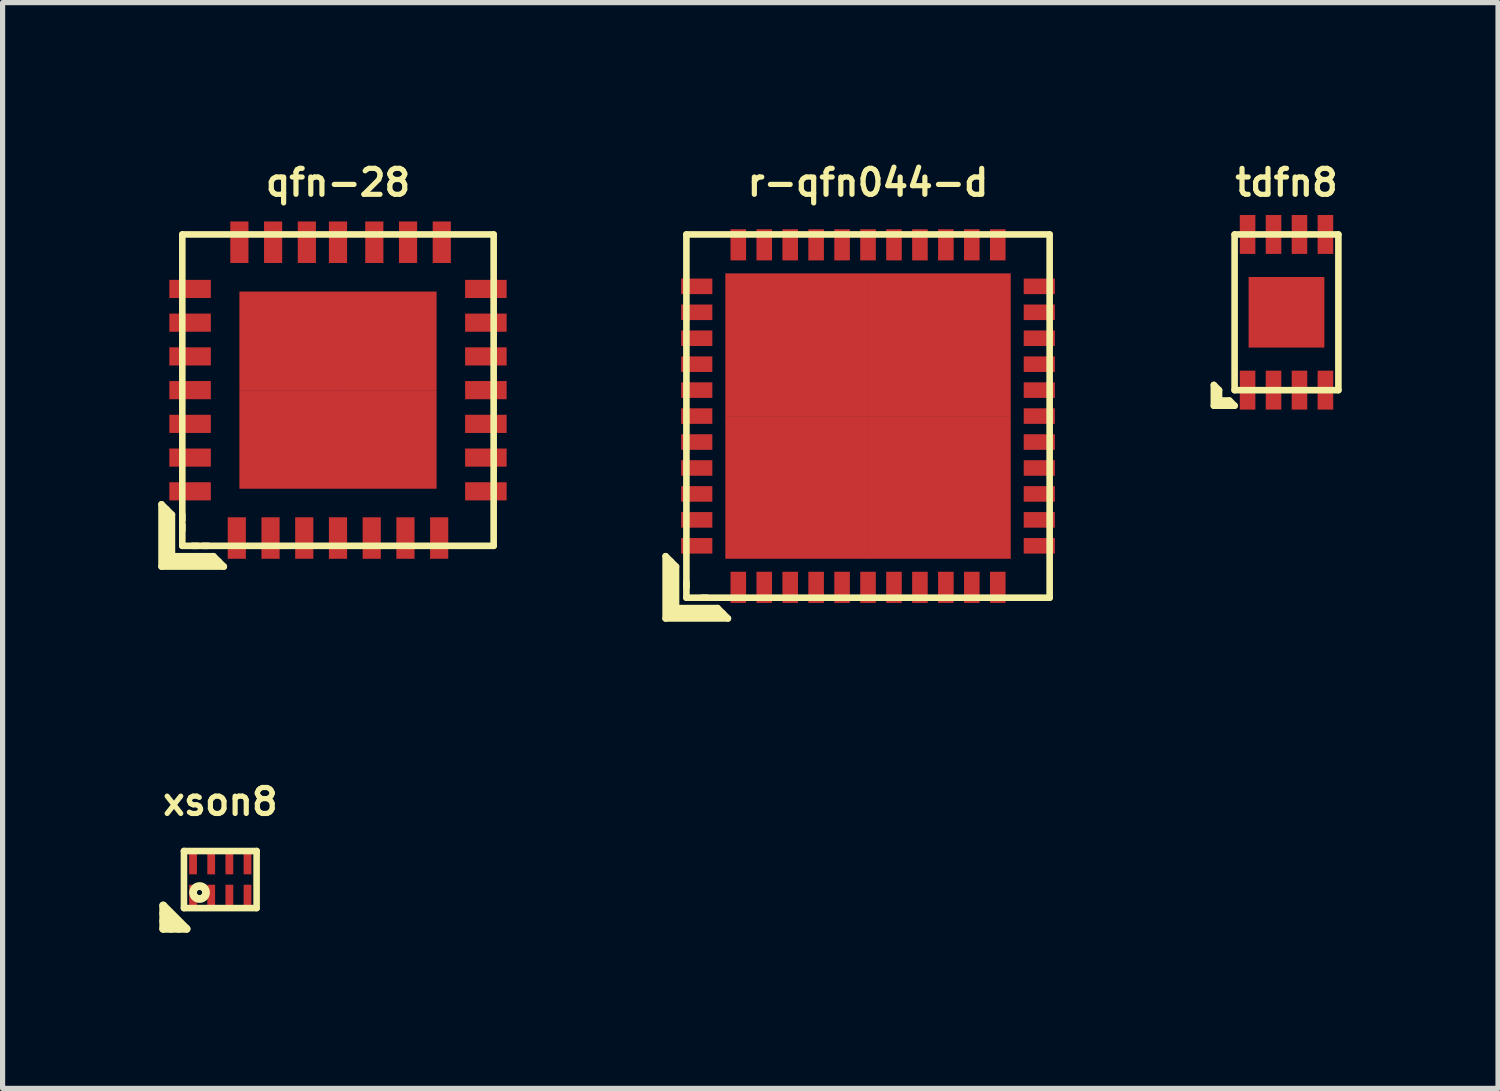
<source format=kicad_pcb>
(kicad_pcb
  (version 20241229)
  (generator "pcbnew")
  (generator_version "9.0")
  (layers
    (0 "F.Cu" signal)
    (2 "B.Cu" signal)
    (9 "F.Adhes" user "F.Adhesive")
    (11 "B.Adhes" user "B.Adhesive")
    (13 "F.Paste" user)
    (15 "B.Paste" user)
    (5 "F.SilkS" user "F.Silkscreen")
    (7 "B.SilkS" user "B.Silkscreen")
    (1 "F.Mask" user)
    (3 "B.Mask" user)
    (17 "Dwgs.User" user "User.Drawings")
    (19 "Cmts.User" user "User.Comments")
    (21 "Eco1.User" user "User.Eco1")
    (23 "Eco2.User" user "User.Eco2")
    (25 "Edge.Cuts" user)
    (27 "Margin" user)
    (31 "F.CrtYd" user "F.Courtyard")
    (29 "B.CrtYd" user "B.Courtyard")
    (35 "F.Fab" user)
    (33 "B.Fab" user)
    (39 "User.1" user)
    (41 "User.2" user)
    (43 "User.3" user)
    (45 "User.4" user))
  (footprint "r-qfn044-d"
    (layer "F.Cu")
    (at 13.677 4.968)
    (property "Reference" "r-qfn044-d" (at 0 -4.5 0) (layer "F.SilkS") (effects (font (size 0.5 0.5) (thickness 0.1))))
    (attr through_hole)
    (fp_line (start -3.9 2.7) (end -3.7 2.9) (stroke (width 0.127) (type solid)) (layer "F.SilkS"))
    (fp_line (start -3.9 3.9) (end -3.9 2.7) (stroke (width 0.127) (type solid)) (layer "F.SilkS"))
    (fp_line (start -3.8 2.8) (end -3.8 3.8) (stroke (width 0.127) (type solid)) (layer "F.SilkS"))
    (fp_line (start -3.8 3.8) (end -2.8 3.8) (stroke (width 0.127) (type solid)) (layer "F.SilkS"))
    (fp_line (start -3.7 2.9) (end -3.7 3.7) (stroke (width 0.127) (type solid)) (layer "F.SilkS"))
    (fp_line (start -3.7 3.7) (end -2.9 3.7) (stroke (width 0.127) (type solid)) (layer "F.SilkS"))
    (fp_line (start -3.5 -3.5) (end -3.5 3.5) (stroke (width 0.127) (type solid)) (layer "F.SilkS"))
    (fp_line (start -3.5 3.2) (end -3.5 3.3) (stroke (width 0.127) (type solid)) (layer "F.SilkS"))
    (fp_line (start -3.5 3.5) (end 3.5 3.5) (stroke (width 0.127) (type solid)) (layer "F.SilkS"))
    (fp_line (start -3.1 3.5) (end -3.2 3.5) (stroke (width 0.127) (type solid)) (layer "F.SilkS"))
    (fp_line (start -2.9 3.7) (end -2.7 3.9) (stroke (width 0.127) (type solid)) (layer "F.SilkS"))
    (fp_line (start -2.7 3.9) (end -3.9 3.9) (stroke (width 0.127) (type solid)) (layer "F.SilkS"))
    (fp_line (start 3.5 -3.5) (end -3.5 -3.5) (stroke (width 0.127) (type solid)) (layer "F.SilkS"))
    (fp_line (start 3.5 3.5) (end 3.5 -3.5) (stroke (width 0.127) (type solid)) (layer "F.SilkS"))
    (pad "1" smd rect (at -2.5 3.3) (size 0.3 0.6) (layers "F.Cu" "F.Mask" "F.Paste"))
    (pad "2" smd rect (at -2 3.3) (size 0.3 0.6) (layers "F.Cu" "F.Mask" "F.Paste"))
    (pad "3" smd rect (at -1.5 3.3) (size 0.3 0.6) (layers "F.Cu" "F.Mask" "F.Paste"))
    (pad "4" smd rect (at -1 3.3) (size 0.3 0.6) (layers "F.Cu" "F.Mask" "F.Paste"))
    (pad "5" smd rect (at -0.5 3.3) (size 0.3 0.6) (layers "F.Cu" "F.Mask" "F.Paste"))
    (pad "6" smd rect (at 0 3.3) (size 0.3 0.6) (layers "F.Cu" "F.Mask" "F.Paste"))
    (pad "7" smd rect (at 0.5 3.3) (size 0.3 0.6) (layers "F.Cu" "F.Mask" "F.Paste"))
    (pad "8" smd rect (at 1 3.3) (size 0.3 0.6) (layers "F.Cu" "F.Mask" "F.Paste"))
    (pad "9" smd rect (at 1.5 3.3) (size 0.3 0.6) (layers "F.Cu" "F.Mask" "F.Paste"))
    (pad "10" smd rect (at 2 3.3) (size 0.3 0.6) (layers "F.Cu" "F.Mask" "F.Paste"))
    (pad "11" smd rect (at 2.5 3.3) (size 0.3 0.6) (layers "F.Cu" "F.Mask" "F.Paste"))
    (pad "12" smd rect (at 3.3 2.5) (size 0.6 0.3) (layers "F.Cu" "F.Mask" "F.Paste"))
    (pad "13" smd rect (at 3.3 2) (size 0.6 0.3) (layers "F.Cu" "F.Mask" "F.Paste"))
    (pad "14" smd rect (at 3.3 1.5) (size 0.6 0.3) (layers "F.Cu" "F.Mask" "F.Paste"))
    (pad "15" smd rect (at 3.3 1) (size 0.6 0.3) (layers "F.Cu" "F.Mask" "F.Paste"))
    (pad "16" smd rect (at 3.3 0.5) (size 0.6 0.3) (layers "F.Cu" "F.Mask" "F.Paste"))
    (pad "17" smd rect (at 3.3 0) (size 0.6 0.3) (layers "F.Cu" "F.Mask" "F.Paste"))
    (pad "18" smd rect (at 3.3 -0.5) (size 0.6 0.3) (layers "F.Cu" "F.Mask" "F.Paste"))
    (pad "19" smd rect (at 3.3 -1) (size 0.6 0.3) (layers "F.Cu" "F.Mask" "F.Paste"))
    (pad "20" smd rect (at 3.3 -1.5) (size 0.6 0.3) (layers "F.Cu" "F.Mask" "F.Paste"))
    (pad "21" smd rect (at 3.3 -2) (size 0.6 0.3) (layers "F.Cu" "F.Mask" "F.Paste"))
    (pad "22" smd rect (at 3.3 -2.5) (size 0.6 0.3) (layers "F.Cu" "F.Mask" "F.Paste"))
    (pad "23" smd rect (at 2.5 -3.3) (size 0.3 0.6) (layers "F.Cu" "F.Mask" "F.Paste"))
    (pad "24" smd rect (at 2 -3.3) (size 0.3 0.6) (layers "F.Cu" "F.Mask" "F.Paste"))
    (pad "25" smd rect (at 1.5 -3.3) (size 0.3 0.6) (layers "F.Cu" "F.Mask" "F.Paste"))
    (pad "26" smd rect (at 1 -3.3) (size 0.3 0.6) (layers "F.Cu" "F.Mask" "F.Paste"))
    (pad "27" smd rect (at 0.5 -3.3) (size 0.3 0.6) (layers "F.Cu" "F.Mask" "F.Paste"))
    (pad "28" smd rect (at 0 -3.3) (size 0.3 0.6) (layers "F.Cu" "F.Mask" "F.Paste"))
    (pad "29" smd rect (at -0.5 -3.3) (size 0.3 0.6) (layers "F.Cu" "F.Mask" "F.Paste"))
    (pad "30" smd rect (at -1 -3.3) (size 0.3 0.6) (layers "F.Cu" "F.Mask" "F.Paste"))
    (pad "31" smd rect (at -1.5 -3.3) (size 0.3 0.6) (layers "F.Cu" "F.Mask" "F.Paste"))
    (pad "32" smd rect (at -2 -3.3) (size 0.3 0.6) (layers "F.Cu" "F.Mask" "F.Paste"))
    (pad "33" smd rect (at -2.5 -3.3) (size 0.3 0.6) (layers "F.Cu" "F.Mask" "F.Paste"))
    (pad "34" smd rect (at -3.3 -2.5) (size 0.6 0.3) (layers "F.Cu" "F.Mask" "F.Paste"))
    (pad "35" smd rect (at -3.3 -2) (size 0.6 0.3) (layers "F.Cu" "F.Mask" "F.Paste"))
    (pad "36" smd rect (at -3.3 -1.5) (size 0.6 0.3) (layers "F.Cu" "F.Mask" "F.Paste"))
    (pad "37" smd rect (at -3.3 -1) (size 0.6 0.3) (layers "F.Cu" "F.Mask" "F.Paste"))
    (pad "38" smd rect (at -3.3 -0.5) (size 0.6 0.3) (layers "F.Cu" "F.Mask" "F.Paste"))
    (pad "39" smd rect (at -3.3 0) (size 0.6 0.3) (layers "F.Cu" "F.Mask" "F.Paste"))
    (pad "40" smd rect (at -3.3 0.5) (size 0.6 0.3) (layers "F.Cu" "F.Mask" "F.Paste"))
    (pad "41" smd rect (at -3.3 1) (size 0.6 0.3) (layers "F.Cu" "F.Mask" "F.Paste"))
    (pad "42" smd rect (at -3.3 1.5) (size 0.6 0.3) (layers "F.Cu" "F.Mask" "F.Paste"))
    (pad "43" smd rect (at -3.3 2) (size 0.6 0.3) (layers "F.Cu" "F.Mask" "F.Paste"))
    (pad "44" smd rect (at -3.3 2.5) (size 0.6 0.3) (layers "F.Cu" "F.Mask" "F.Paste"))
    (pad "45" smd rect (at -1.375 -1.375) (size 2.75 2.75) (layers "F.Cu" "F.Mask" "F.Paste"))
    (pad "45" smd rect (at -1.375 1.375) (size 2.75 2.75) (layers "F.Cu" "F.Mask" "F.Paste"))
    (pad "45" smd rect (at 1.375 -1.375) (size 2.75 2.75) (layers "F.Cu" "F.Mask" "F.Paste"))
    (pad "45" smd rect (at 1.375 1.375) (size 2.75 2.75) (layers "F.Cu" "F.Mask" "F.Paste")))
  (footprint "tdfn8"
    (layer "F.Cu")
    (at 21.741 2.968)
    (property "Reference" "tdfn8" (at 0 -2.5 0) (layer "F.SilkS") (effects (font (size 0.5 0.5) (thickness 0.1))))
    (attr through_hole)
    (fp_line (start -1.4 1.8) (end -1.4 1.4) (stroke (width 0.127) (type solid)) (layer "F.SilkS"))
    (fp_line (start -1.3 1.5) (end -1.4 1.4) (stroke (width 0.127) (type solid)) (layer "F.SilkS"))
    (fp_line (start -1.3 1.7) (end -1.3 1.5) (stroke (width 0.127) (type solid)) (layer "F.SilkS"))
    (fp_line (start -1.3 1.7) (end -1.1 1.7) (stroke (width 0.127) (type solid)) (layer "F.SilkS"))
    (fp_line (start -1.1 1.7) (end -1 1.8) (stroke (width 0.127) (type solid)) (layer "F.SilkS"))
    (fp_line (start -1 -1.5) (end 1 -1.5) (stroke (width 0.127) (type solid)) (layer "F.SilkS"))
    (fp_line (start -1 1.5) (end -1 -1.5) (stroke (width 0.127) (type solid)) (layer "F.SilkS"))
    (fp_line (start -1 1.5) (end 1 1.5) (stroke (width 0.127) (type solid)) (layer "F.SilkS"))
    (fp_line (start -1 1.8) (end -1.4 1.8) (stroke (width 0.127) (type solid)) (layer "F.SilkS"))
    (fp_line (start 1 -1.5) (end 1 1.5) (stroke (width 0.127) (type solid)) (layer "F.SilkS"))
    (pad "1" smd rect (at -0.75 1.5) (size 0.3 0.75) (layers "F.Cu" "F.Mask" "F.Paste"))
    (pad "2" smd rect (at -0.25 1.5) (size 0.3 0.75) (layers "F.Cu" "F.Mask" "F.Paste"))
    (pad "3" smd rect (at 0.25 1.5) (size 0.3 0.75) (layers "F.Cu" "F.Mask" "F.Paste"))
    (pad "4" smd rect (at 0.75 1.5) (size 0.3 0.75) (layers "F.Cu" "F.Mask" "F.Paste"))
    (pad "5" smd rect (at 0.75 -1.5) (size 0.3 0.75) (layers "F.Cu" "F.Mask" "F.Paste"))
    (pad "6" smd rect (at 0.25 -1.5) (size 0.3 0.75) (layers "F.Cu" "F.Mask" "F.Paste"))
    (pad "7" smd rect (at -0.25 -1.5) (size 0.3 0.75) (layers "F.Cu" "F.Mask" "F.Paste"))
    (pad "8" smd rect (at -0.75 -1.5) (size 0.3 0.75) (layers "F.Cu" "F.Mask" "F.Paste"))
    (pad "9" smd rect (at 0 0) (size 1.46 1.36) (layers "F.Cu" "F.Mask" "F.Paste")))
  (footprint "qfn-28"
    (layer "F.Cu")
    (at 3.463 4.468)
    (property "Reference" "qfn-28" (at 0 -4 0) (layer "F.SilkS") (effects (font (size 0.5 0.5) (thickness 0.1))))
    (attr through_hole)
    (fp_line (start -3.4 2.2) (end -3.2 2.4) (stroke (width 0.127) (type solid)) (layer "F.SilkS"))
    (fp_line (start -3.4 3.4) (end -3.4 2.2) (stroke (width 0.127) (type solid)) (layer "F.SilkS"))
    (fp_line (start -3.3 2.3) (end -3.3 3.3) (stroke (width 0.127) (type solid)) (layer "F.SilkS"))
    (fp_line (start -3.3 3.3) (end -2.3 3.3) (stroke (width 0.127) (type solid)) (layer "F.SilkS"))
    (fp_line (start -3.2 2.4) (end -3.2 3.2) (stroke (width 0.127) (type solid)) (layer "F.SilkS"))
    (fp_line (start -3.2 3.2) (end -2.4 3.2) (stroke (width 0.127) (type solid)) (layer "F.SilkS"))
    (fp_line (start -3 -3) (end 3 -3) (stroke (width 0.127) (type solid)) (layer "F.SilkS"))
    (fp_line (start -3 2.4) (end -3 2.5) (stroke (width 0.127) (type solid)) (layer "F.SilkS"))
    (fp_line (start -3 2.6) (end -3 2.7) (stroke (width 0.127) (type solid)) (layer "F.SilkS"))
    (fp_line (start -3 3) (end -3 -3) (stroke (width 0.127) (type solid)) (layer "F.SilkS"))
    (fp_line (start -2.7 3) (end -2.8 3) (stroke (width 0.127) (type solid)) (layer "F.SilkS"))
    (fp_line (start -2.5 3) (end -2.6 3) (stroke (width 0.127) (type solid)) (layer "F.SilkS"))
    (fp_line (start -2.4 3.2) (end -2.2 3.4) (stroke (width 0.127) (type solid)) (layer "F.SilkS"))
    (fp_line (start -2.2 3.4) (end -3.4 3.4) (stroke (width 0.127) (type solid)) (layer "F.SilkS"))
    (fp_line (start 3 -3) (end 3 3) (stroke (width 0.127) (type solid)) (layer "F.SilkS"))
    (fp_line (start 3 3) (end -3 3) (stroke (width 0.127) (type solid)) (layer "F.SilkS"))
    (pad "1" smd rect (at -1.95 2.85) (size 0.35 0.8) (layers "F.Cu" "F.Mask" "F.Paste"))
    (pad "2" smd rect (at -1.3 2.85) (size 0.35 0.8) (layers "F.Cu" "F.Mask" "F.Paste"))
    (pad "3" smd rect (at -0.65 2.85) (size 0.35 0.8) (layers "F.Cu" "F.Mask" "F.Paste"))
    (pad "4" smd rect (at 0 2.85) (size 0.35 0.8) (layers "F.Cu" "F.Mask" "F.Paste"))
    (pad "5" smd rect (at 0.65 2.85) (size 0.35 0.8) (layers "F.Cu" "F.Mask" "F.Paste"))
    (pad "6" smd rect (at 1.3 2.85) (size 0.35 0.8) (layers "F.Cu" "F.Mask" "F.Paste"))
    (pad "7" smd rect (at 1.95 2.85) (size 0.35 0.8) (layers "F.Cu" "F.Mask" "F.Paste"))
    (pad "8" smd rect (at 2.85 1.95) (size 0.8 0.35) (layers "F.Cu" "F.Mask" "F.Paste"))
    (pad "9" smd rect (at 2.85 1.3) (size 0.8 0.35) (layers "F.Cu" "F.Mask" "F.Paste"))
    (pad "10" smd rect (at 2.85 0.65) (size 0.8 0.35) (layers "F.Cu" "F.Mask" "F.Paste"))
    (pad "11" smd rect (at 2.85 0) (size 0.8 0.35) (layers "F.Cu" "F.Mask" "F.Paste"))
    (pad "12" smd rect (at 2.85 -0.65) (size 0.8 0.35) (layers "F.Cu" "F.Mask" "F.Paste"))
    (pad "13" smd rect (at 2.85 -1.3) (size 0.8 0.35) (layers "F.Cu" "F.Mask" "F.Paste"))
    (pad "14" smd rect (at 2.85 -1.95) (size 0.8 0.35) (layers "F.Cu" "F.Mask" "F.Paste"))
    (pad "15" smd rect (at 2 -2.85) (size 0.35 0.8) (layers "F.Cu" "F.Mask" "F.Paste"))
    (pad "16" smd rect (at 1.35 -2.85) (size 0.35 0.8) (layers "F.Cu" "F.Mask" "F.Paste"))
    (pad "17" smd rect (at 0.7 -2.85) (size 0.35 0.8) (layers "F.Cu" "F.Mask" "F.Paste"))
    (pad "18" smd rect (at 0 -2.85) (size 0.35 0.8) (layers "F.Cu" "F.Mask" "F.Paste"))
    (pad "19" smd rect (at -0.6 -2.85) (size 0.35 0.8) (layers "F.Cu" "F.Mask" "F.Paste"))
    (pad "20" smd rect (at -1.25 -2.85) (size 0.35 0.8) (layers "F.Cu" "F.Mask" "F.Paste"))
    (pad "21" smd rect (at -1.9 -2.85) (size 0.35 0.8) (layers "F.Cu" "F.Mask" "F.Paste"))
    (pad "22" smd rect (at -2.85 -1.95) (size 0.8 0.35) (layers "F.Cu" "F.Mask" "F.Paste"))
    (pad "23" smd rect (at -2.85 -1.3) (size 0.8 0.35) (layers "F.Cu" "F.Mask" "F.Paste"))
    (pad "24" smd rect (at -2.85 -0.65) (size 0.8 0.35) (layers "F.Cu" "F.Mask" "F.Paste"))
    (pad "25" smd rect (at -2.85 0) (size 0.8 0.35) (layers "F.Cu" "F.Mask" "F.Paste"))
    (pad "26" smd rect (at -2.85 0.65) (size 0.8 0.35) (layers "F.Cu" "F.Mask" "F.Paste"))
    (pad "27" smd rect (at -2.85 1.3) (size 0.8 0.35) (layers "F.Cu" "F.Mask" "F.Paste"))
    (pad "28" smd rect (at -2.85 1.95) (size 0.8 0.35) (layers "F.Cu" "F.Mask" "F.Paste"))
    (pad "29" smd rect (at -0.95 -0.95) (size 1.9 1.9) (layers "F.Cu" "F.Mask" "F.Paste"))
    (pad "29" smd rect (at -0.95 0.95) (size 1.9 1.9) (layers "F.Cu" "F.Mask" "F.Paste"))
    (pad "29" smd rect (at 0.95 -0.95) (size 1.9 1.9) (layers "F.Cu" "F.Mask" "F.Paste"))
    (pad "29" smd rect (at 0.95 0.95) (size 1.9 1.9) (layers "F.Cu" "F.Mask" "F.Paste")))
  (footprint "xson8"
    (layer "F.Cu")
    (at 1.195 13.899)
    (property "Reference" "xson8" (at 0 -1.5 0) (layer "F.SilkS") (effects (font (size 0.5 0.5) (thickness 0.1))))
    (attr through_hole)
    (fp_line (start -1.1 0.5) (end -1.1 0.95) (stroke (width 0.15) (type solid)) (layer "F.SilkS"))
    (fp_line (start -1.1 0.95) (end -0.65 0.95) (stroke (width 0.15) (type solid)) (layer "F.SilkS"))
    (fp_line (start -0.95 0.95) (end -1.1 0.8) (stroke (width 0.15) (type solid)) (layer "F.SilkS"))
    (fp_line (start -0.8 0.95) (end -1.1 0.65) (stroke (width 0.15) (type solid)) (layer "F.SilkS"))
    (fp_line (start -0.7 -0.55) (end 0.7 -0.55) (stroke (width 0.127) (type solid)) (layer "F.SilkS"))
    (fp_line (start -0.7 0.55) (end -0.7 -0.55) (stroke (width 0.127) (type solid)) (layer "F.SilkS"))
    (fp_line (start -0.65 0.95) (end -1.1 0.5) (stroke (width 0.15) (type solid)) (layer "F.SilkS"))
    (fp_line (start 0.7 -0.55) (end 0.7 0.55) (stroke (width 0.127) (type solid)) (layer "F.SilkS"))
    (fp_line (start 0.7 0.55) (end -0.7 0.55) (stroke (width 0.127) (type solid)) (layer "F.SilkS"))
    (fp_circle (center -0.4 0.25) (end -0.35 0.25) (stroke (width 0.15) (type solid)) (fill no) (layer "F.SilkS"))
    (fp_circle (center -0.4 0.25) (end -0.28 0.25) (stroke (width 0.127) (type solid)) (fill no) (layer "F.SilkS"))
    (pad "1" smd rect (at -0.525 0.35) (size 0.15 0.5) (layers "F.Cu" "F.Mask" "F.Paste"))
    (pad "2" smd rect (at -0.175 0.35) (size 0.15 0.5) (layers "F.Cu" "F.Mask" "F.Paste"))
    (pad "3" smd rect (at 0.175 0.35) (size 0.15 0.5) (layers "F.Cu" "F.Mask" "F.Paste"))
    (pad "4" smd rect (at 0.525 0.35) (size 0.15 0.5) (layers "F.Cu" "F.Mask" "F.Paste"))
    (pad "5" smd rect (at 0.525 -0.35) (size 0.15 0.5) (layers "F.Cu" "F.Mask" "F.Paste"))
    (pad "6" smd rect (at 0.175 -0.35) (size 0.15 0.5) (layers "F.Cu" "F.Mask" "F.Paste"))
    (pad "7" smd rect (at -0.175 -0.35) (size 0.15 0.5) (layers "F.Cu" "F.Mask" "F.Paste"))
    (pad "8" smd rect (at -0.525 -0.35) (size 0.15 0.5) (layers "F.Cu" "F.Mask" "F.Paste")))
  (gr_rect
    (start -3 -3)
    (end 25.817 17.924)
    (stroke (width 0.1) (type default))
    (fill no)
    (layer "Edge.Cuts")))
</source>
